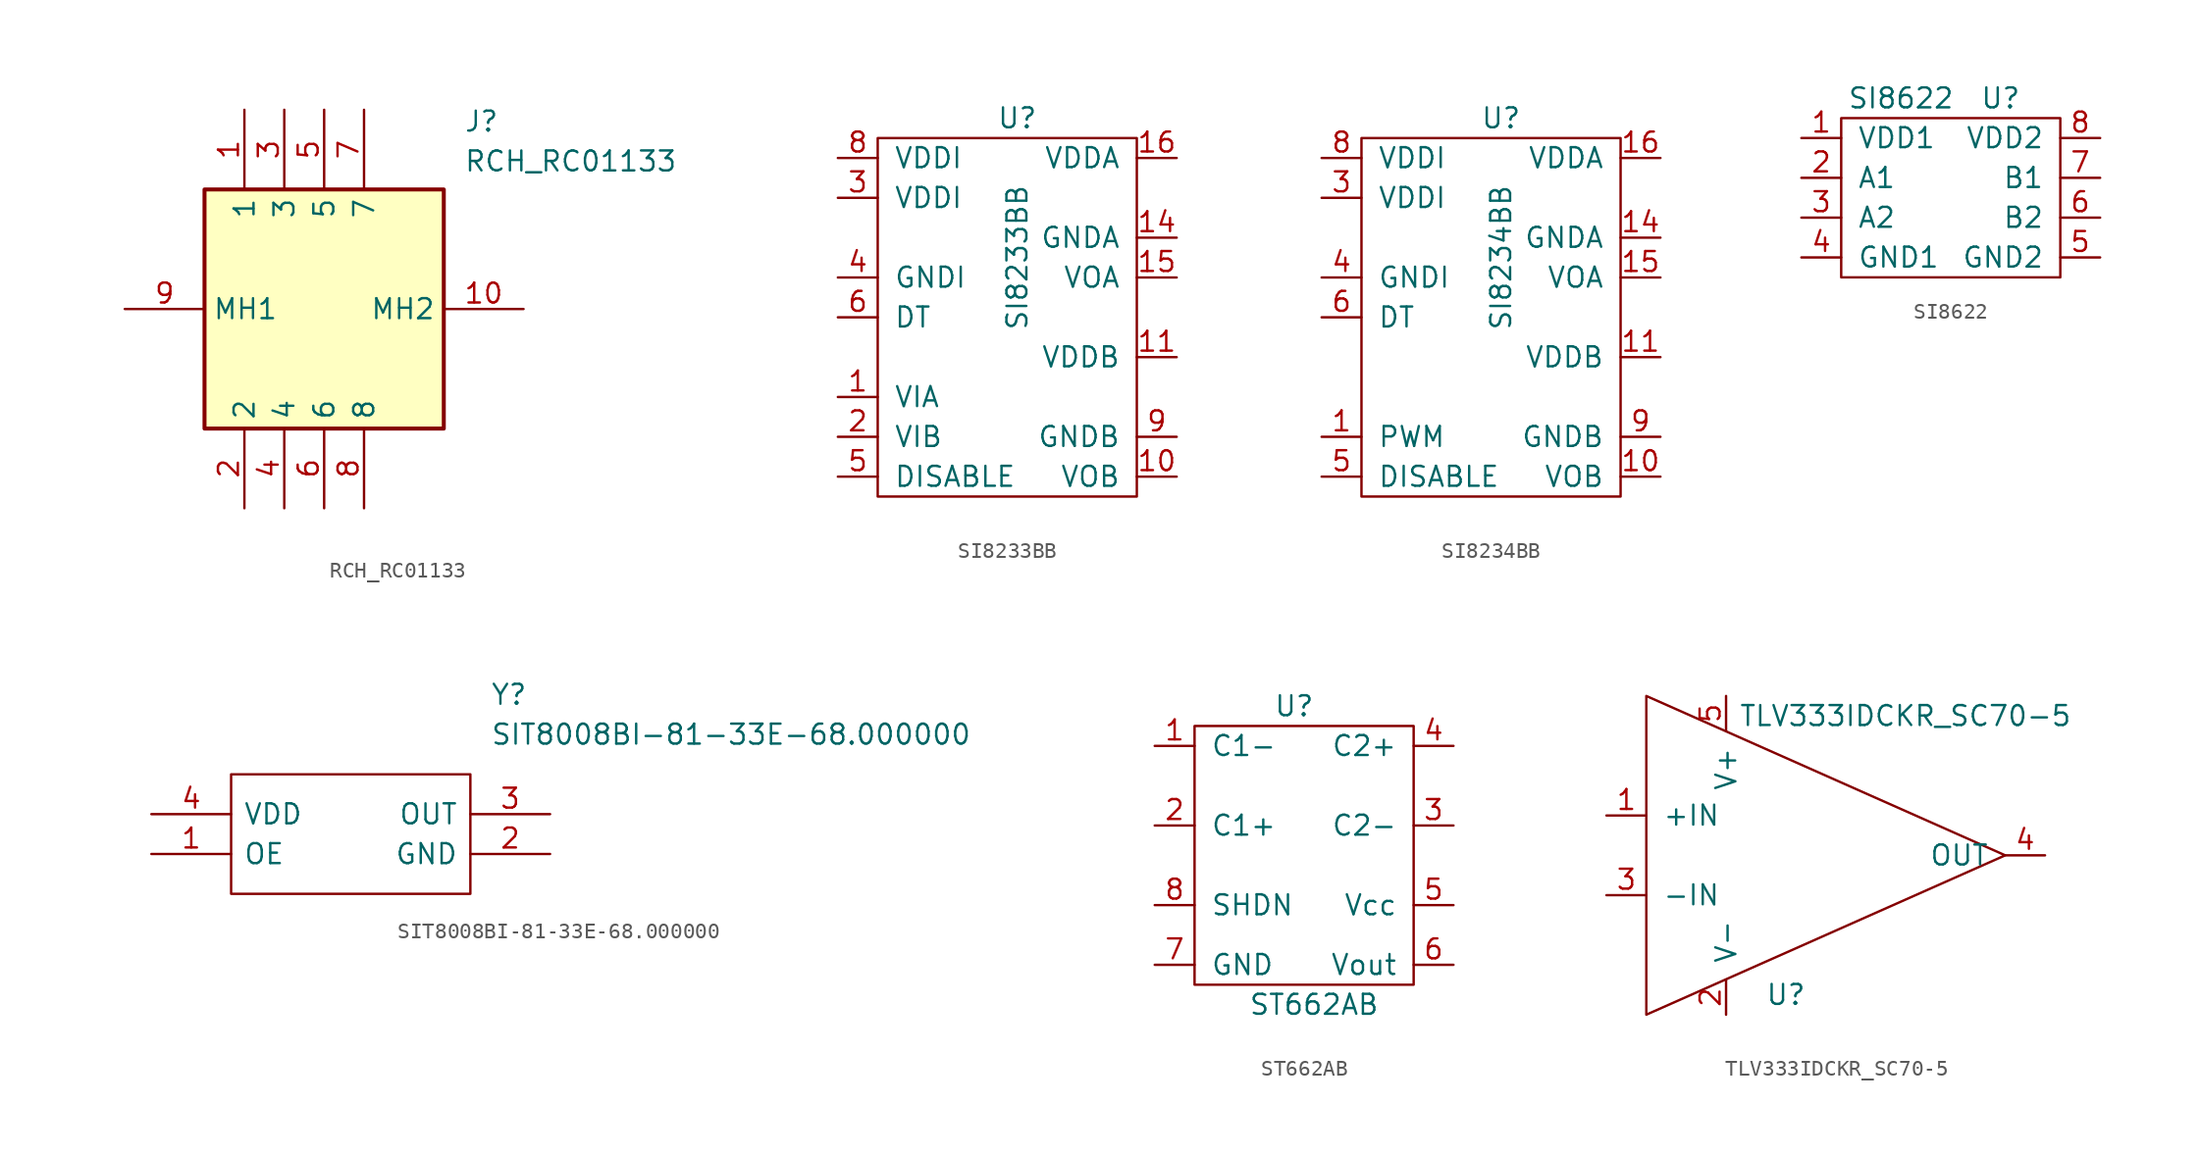
<source format=kicad_sym>
(kicad_symbol_lib
  (version 20231120)
  (generator "kicad_symbol_editor")
  (generator_version "8.0")
  (symbol "RCH_RC01133"
    (property "Reference" "J"
      (at 21.59 12.7 0)
      (effects (font (size 1.27 1.27)) (justify left top)))
    (property "Value" "RCH_RC01133"
      (at 21.59 10.16 0)
      (effects (font (size 1.27 1.27)) (justify left top)))
    (symbol "RCH_RC01133_1_1"
      (rectangle (start 5.08 7.62) (end 20.32 -7.62) (stroke (width 0.254) (type default)) (fill (type background)))
      (pin passive line (at 7.62 12.7 270) (length 5.08) (name "1" (effects (font (size 1.27 1.27)))) (number "1" (effects (font (size 1.27 1.27)))))
      (pin passive line (at 25.4 0 180) (length 5.08) (name "MH2" (effects (font (size 1.27 1.27)))) (number "10" (effects (font (size 1.27 1.27)))))
      (pin passive line (at 7.62 -12.7 90) (length 5.08) (name "2" (effects (font (size 1.27 1.27)))) (number "2" (effects (font (size 1.27 1.27)))))
      (pin passive line (at 10.16 12.7 270) (length 5.08) (name "3" (effects (font (size 1.27 1.27)))) (number "3" (effects (font (size 1.27 1.27)))))
      (pin passive line (at 10.16 -12.7 90) (length 5.08) (name "4" (effects (font (size 1.27 1.27)))) (number "4" (effects (font (size 1.27 1.27)))))
      (pin passive line (at 12.7 12.7 270) (length 5.08) (name "5" (effects (font (size 1.27 1.27)))) (number "5" (effects (font (size 1.27 1.27)))))
      (pin passive line (at 12.7 -12.7 90) (length 5.08) (name "6" (effects (font (size 1.27 1.27)))) (number "6" (effects (font (size 1.27 1.27)))))
      (pin passive line (at 15.24 12.7 270) (length 5.08) (name "7" (effects (font (size 1.27 1.27)))) (number "7" (effects (font (size 1.27 1.27)))))
      (pin passive line (at 15.24 -12.7 90) (length 5.08) (name "8" (effects (font (size 1.27 1.27)))) (number "8" (effects (font (size 1.27 1.27)))))
      (pin passive line (at 0 0 0) (length 5.08) (name "MH1" (effects (font (size 1.27 1.27)))) (number "9" (effects (font (size 1.27 1.27)))))))
  (symbol "SI8233BB"
    (pin_names
      (offset 1.016))
    (property "Reference" "U"
      (at 0 0 0)
      (effects (font (size 1.27 1.27))))
    (property "Value" "SI8233BB"
      (at 0 -8.89 90)
      (effects (font (size 1.27 1.27))))
    (symbol "SI8233BB_0_1"
      (rectangle (start -8.89 -1.27) (end 7.62 -24.13) (stroke (width 0) (type solid)) (fill (type none))))
    (symbol "SI8233BB_1_1"
      (pin input line (at -11.43 -17.78 0) (length 2.54) (name "VIA" (effects (font (size 1.27 1.27)))) (number "1" (effects (font (size 1.27 1.27)))))
      (pin input line (at 10.16 -22.86 180) (length 2.54) (name "VOB" (effects (font (size 1.27 1.27)))) (number "10" (effects (font (size 1.27 1.27)))))
      (pin input line (at 10.16 -15.24 180) (length 2.54) (name "VDDB" (effects (font (size 1.27 1.27)))) (number "11" (effects (font (size 1.27 1.27)))))
      (pin input line (at 10.16 -7.62 180) (length 2.54) (name "GNDA" (effects (font (size 1.27 1.27)))) (number "14" (effects (font (size 1.27 1.27)))))
      (pin input line (at 10.16 -10.16 180) (length 2.54) (name "VOA" (effects (font (size 1.27 1.27)))) (number "15" (effects (font (size 1.27 1.27)))))
      (pin input line (at 10.16 -2.54 180) (length 2.54) (name "VDDA" (effects (font (size 1.27 1.27)))) (number "16" (effects (font (size 1.27 1.27)))))
      (pin input line (at -11.43 -20.32 0) (length 2.54) (name "VIB" (effects (font (size 1.27 1.27)))) (number "2" (effects (font (size 1.27 1.27)))))
      (pin input line (at -11.43 -5.08 0) (length 2.54) (name "VDDI" (effects (font (size 1.27 1.27)))) (number "3" (effects (font (size 1.27 1.27)))))
      (pin input line (at -11.43 -10.16 0) (length 2.54) (name "GNDI" (effects (font (size 1.27 1.27)))) (number "4" (effects (font (size 1.27 1.27)))))
      (pin input line (at -11.43 -22.86 0) (length 2.54) (name "DISABLE" (effects (font (size 1.27 1.27)))) (number "5" (effects (font (size 1.27 1.27)))))
      (pin input line (at -11.43 -12.7 0) (length 2.54) (name "DT" (effects (font (size 1.27 1.27)))) (number "6" (effects (font (size 1.27 1.27)))))
      (pin input line (at -11.43 -2.54 0) (length 2.54) (name "VDDI" (effects (font (size 1.27 1.27)))) (number "8" (effects (font (size 1.27 1.27)))))
      (pin input line (at 10.16 -20.32 180) (length 2.54) (name "GNDB" (effects (font (size 1.27 1.27)))) (number "9" (effects (font (size 1.27 1.27)))))))
  (symbol "SI8234BB"
    (pin_names
      (offset 1.016))
    (property "Reference" "U"
      (at 0 0 0)
      (effects (font (size 1.27 1.27))))
    (property "Value" "SI8234BB"
      (at 0 -8.89 90)
      (effects (font (size 1.27 1.27))))
    (symbol "SI8234BB_0_1"
      (rectangle (start -8.89 -1.27) (end 7.62 -24.13) (stroke (width 0) (type solid)) (fill (type none))))
    (symbol "SI8234BB_1_1"
      (pin input line (at -11.43 -20.32 0) (length 2.54) (name "PWM" (effects (font (size 1.27 1.27)))) (number "1" (effects (font (size 1.27 1.27)))))
      (pin input line (at 10.16 -22.86 180) (length 2.54) (name "VOB" (effects (font (size 1.27 1.27)))) (number "10" (effects (font (size 1.27 1.27)))))
      (pin input line (at 10.16 -15.24 180) (length 2.54) (name "VDDB" (effects (font (size 1.27 1.27)))) (number "11" (effects (font (size 1.27 1.27)))))
      (pin input line (at 10.16 -7.62 180) (length 2.54) (name "GNDA" (effects (font (size 1.27 1.27)))) (number "14" (effects (font (size 1.27 1.27)))))
      (pin input line (at 10.16 -10.16 180) (length 2.54) (name "VOA" (effects (font (size 1.27 1.27)))) (number "15" (effects (font (size 1.27 1.27)))))
      (pin input line (at 10.16 -2.54 180) (length 2.54) (name "VDDA" (effects (font (size 1.27 1.27)))) (number "16" (effects (font (size 1.27 1.27)))))
      (pin input line (at -11.43 -5.08 0) (length 2.54) (name "VDDI" (effects (font (size 1.27 1.27)))) (number "3" (effects (font (size 1.27 1.27)))))
      (pin input line (at -11.43 -10.16 0) (length 2.54) (name "GNDI" (effects (font (size 1.27 1.27)))) (number "4" (effects (font (size 1.27 1.27)))))
      (pin input line (at -11.43 -22.86 0) (length 2.54) (name "DISABLE" (effects (font (size 1.27 1.27)))) (number "5" (effects (font (size 1.27 1.27)))))
      (pin input line (at -11.43 -12.7 0) (length 2.54) (name "DT" (effects (font (size 1.27 1.27)))) (number "6" (effects (font (size 1.27 1.27)))))
      (pin input line (at -11.43 -2.54 0) (length 2.54) (name "VDDI" (effects (font (size 1.27 1.27)))) (number "8" (effects (font (size 1.27 1.27)))))
      (pin input line (at 10.16 -20.32 180) (length 2.54) (name "GNDB" (effects (font (size 1.27 1.27)))) (number "9" (effects (font (size 1.27 1.27)))))))
  (symbol "SI8622"
    (pin_names
      (offset 1.016))
    (property "Reference" "U"
      (at 6.35 3.81 0)
      (effects (font (size 1.27 1.27))))
    (property "Value" "SI8622"
      (at 0 3.81 0)
      (effects (font (size 1.27 1.27))))
    (symbol "SI8622_0_1"
      (rectangle (start -3.81 2.54) (end 10.16 -7.62) (stroke (width 0) (type solid)) (fill (type none))))
    (symbol "SI8622_1_1"
      (pin input line (at -6.35 1.27 0) (length 2.54) (name "VDD1" (effects (font (size 1.27 1.27)))) (number "1" (effects (font (size 1.27 1.27)))))
      (pin bidirectional line (at -6.35 -1.27 0) (length 2.54) (name "A1" (effects (font (size 1.27 1.27)))) (number "2" (effects (font (size 1.27 1.27)))))
      (pin bidirectional line (at -6.35 -3.81 0) (length 2.54) (name "A2" (effects (font (size 1.27 1.27)))) (number "3" (effects (font (size 1.27 1.27)))))
      (pin input line (at -6.35 -6.35 0) (length 2.54) (name "GND1" (effects (font (size 1.27 1.27)))) (number "4" (effects (font (size 1.27 1.27)))))
      (pin input line (at 12.7 -6.35 180) (length 2.54) (name "GND2" (effects (font (size 1.27 1.27)))) (number "5" (effects (font (size 1.27 1.27)))))
      (pin bidirectional line (at 12.7 -3.81 180) (length 2.54) (name "B2" (effects (font (size 1.27 1.27)))) (number "6" (effects (font (size 1.27 1.27)))))
      (pin bidirectional line (at 12.7 -1.27 180) (length 2.54) (name "B1" (effects (font (size 1.27 1.27)))) (number "7" (effects (font (size 1.27 1.27)))))
      (pin input line (at 12.7 1.27 180) (length 2.54) (name "VDD2" (effects (font (size 1.27 1.27)))) (number "8" (effects (font (size 1.27 1.27)))))))
  (symbol "SIT8008BI-81-33E-68.000000"
    (pin_names
      (offset 0.762))
    (property "Reference" "Y"
      (at 21.59 7.62 0)
      (effects (font (size 1.27 1.27)) (justify left)))
    (property "Value" "SIT8008BI-81-33E-68.000000"
      (at 21.59 5.08 0)
      (effects (font (size 1.27 1.27)) (justify left)))
    (symbol "SIT8008BI-81-33E-68.000000_0_0"
      (pin passive line (at 0 -2.54 0) (length 5.08) (name "OE" (effects (font (size 1.27 1.27)))) (number "1" (effects (font (size 1.27 1.27)))))
      (pin passive line (at 25.4 -2.54 180) (length 5.08) (name "GND" (effects (font (size 1.27 1.27)))) (number "2" (effects (font (size 1.27 1.27)))))
      (pin passive line (at 25.4 0 180) (length 5.08) (name "OUT" (effects (font (size 1.27 1.27)))) (number "3" (effects (font (size 1.27 1.27)))))
      (pin passive line (at 0 0 0) (length 5.08) (name "VDD" (effects (font (size 1.27 1.27)))) (number "4" (effects (font (size 1.27 1.27))))))
    (symbol "SIT8008BI-81-33E-68.000000_0_1"
      (polyline (pts (xy 5.08 2.54) (xy 20.32 2.54) (xy 20.32 -5.08) (xy 5.08 -5.08) (xy 5.08 2.54)) (stroke (width 0.152) (type solid)) (fill (type none)))))
  (symbol "ST662AB"
    (pin_names
      (offset 1.016))
    (property "Reference" "U"
      (at -1.27 0 0)
      (effects (font (size 1.27 1.27))))
    (property "Value" "ST662AB"
      (at 0 -19.05 0)
      (effects (font (size 1.27 1.27))))
    (symbol "ST662AB_0_1"
      (rectangle (start -7.62 -1.27) (end 6.35 -17.78) (stroke (width 0) (type solid)) (fill (type none))))
    (symbol "ST662AB_1_1"
      (pin bidirectional line (at -10.16 -2.54 0) (length 2.54) (name "C1-" (effects (font (size 1.27 1.27)))) (number "1" (effects (font (size 1.27 1.27)))))
      (pin bidirectional line (at -10.16 -7.62 0) (length 2.54) (name "C1+" (effects (font (size 1.27 1.27)))) (number "2" (effects (font (size 1.27 1.27)))))
      (pin bidirectional line (at 8.89 -7.62 180) (length 2.54) (name "C2-" (effects (font (size 1.27 1.27)))) (number "3" (effects (font (size 1.27 1.27)))))
      (pin bidirectional line (at 8.89 -2.54 180) (length 2.54) (name "C2+" (effects (font (size 1.27 1.27)))) (number "4" (effects (font (size 1.27 1.27)))))
      (pin input line (at 8.89 -12.7 180) (length 2.54) (name "Vcc" (effects (font (size 1.27 1.27)))) (number "5" (effects (font (size 1.27 1.27)))))
      (pin output line (at 8.89 -16.51 180) (length 2.54) (name "Vout" (effects (font (size 1.27 1.27)))) (number "6" (effects (font (size 1.27 1.27)))))
      (pin bidirectional line (at -10.16 -16.51 0) (length 2.54) (name "GND" (effects (font (size 1.27 1.27)))) (number "7" (effects (font (size 1.27 1.27)))))
      (pin input line (at -10.16 -12.7 0) (length 2.54) (name "SHDN" (effects (font (size 1.27 1.27)))) (number "8" (effects (font (size 1.27 1.27)))))))
  (symbol "TLV333IDCKR_SC70-5"
    (pin_names
      (offset 1.016))
    (property "Reference" "U"
      (at -1.27 -20.32 0)
      (effects (font (size 1.27 1.27))))
    (property "Value" "TLV333IDCKR_SC70-5"
      (at 6.35 -2.54 0)
      (effects (font (size 1.27 1.27))))
    (symbol "TLV333IDCKR_SC70-5_1_1"
      (polyline (pts (xy -10.16 -1.27) (xy -10.16 -21.59) (xy 12.7 -11.43) (xy -10.16 -1.27)) (stroke (width 0) (type solid)) (fill (type none)))
      (pin input line (at -12.7 -8.89 0) (length 2.54) (name "+IN" (effects (font (size 1.27 1.27)))) (number "1" (effects (font (size 1.27 1.27)))))
      (pin input line (at -5.08 -21.59 90) (length 2.21) (name "V-" (effects (font (size 1.27 1.27)))) (number "2" (effects (font (size 1.27 1.27)))))
      (pin input line (at -12.7 -13.97 0) (length 2.54) (name "-IN" (effects (font (size 1.27 1.27)))) (number "3" (effects (font (size 1.27 1.27)))))
      (pin input line (at 15.24 -11.43 180) (length 2.54) (name "OUT" (effects (font (size 1.27 1.27)))) (number "4" (effects (font (size 1.27 1.27)))))
      (pin input line (at -5.08 -1.27 270) (length 2.21) (name "V+" (effects (font (size 1.27 1.27)))) (number "5" (effects (font (size 1.27 1.27))))))))
</source>
